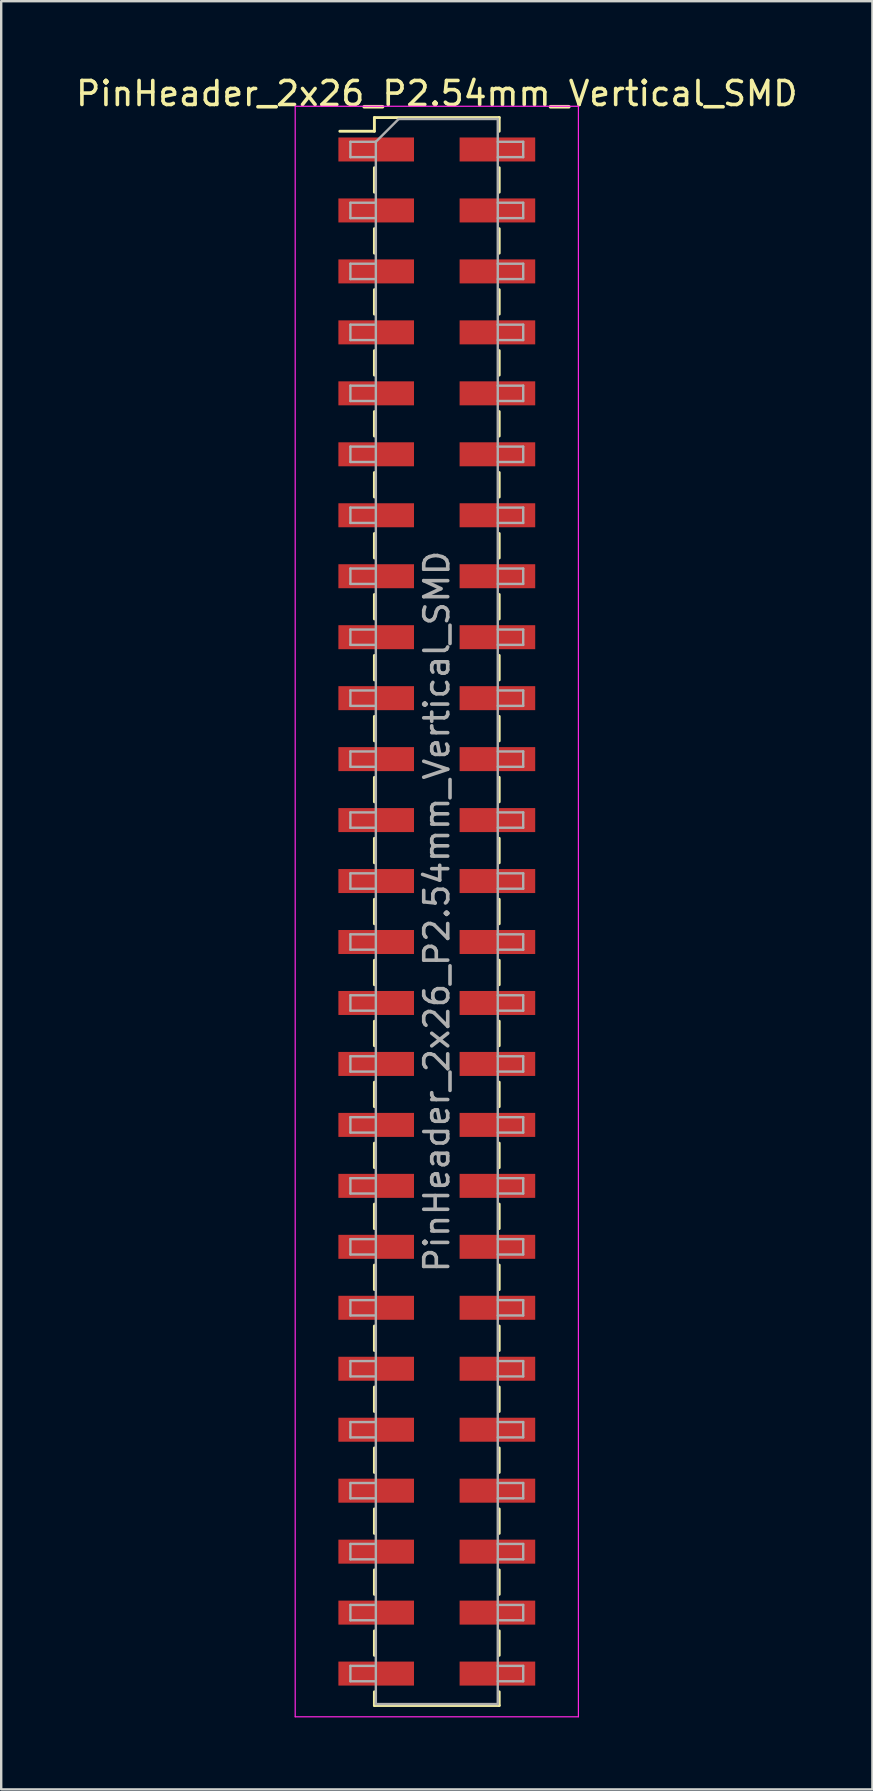
<source format=kicad_pcb>
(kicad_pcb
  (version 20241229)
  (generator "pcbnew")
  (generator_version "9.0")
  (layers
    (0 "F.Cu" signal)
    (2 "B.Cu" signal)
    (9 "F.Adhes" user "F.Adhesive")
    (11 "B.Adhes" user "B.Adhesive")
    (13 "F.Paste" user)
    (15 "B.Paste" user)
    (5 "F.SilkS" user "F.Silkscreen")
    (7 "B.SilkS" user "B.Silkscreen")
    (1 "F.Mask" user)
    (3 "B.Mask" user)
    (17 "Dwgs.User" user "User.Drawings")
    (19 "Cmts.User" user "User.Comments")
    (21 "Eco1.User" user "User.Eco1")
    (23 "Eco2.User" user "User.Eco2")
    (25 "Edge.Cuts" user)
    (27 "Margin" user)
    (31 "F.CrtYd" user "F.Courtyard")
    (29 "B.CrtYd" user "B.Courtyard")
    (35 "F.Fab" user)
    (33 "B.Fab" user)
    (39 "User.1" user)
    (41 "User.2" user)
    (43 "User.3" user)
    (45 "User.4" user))
  (footprint "PinHeader_2x26_P2.54mm_Vertical_SMD"
    (layer "F.Cu")
    (at 15.149 34.928)
    (property "Reference" "PinHeader_2x26_P2.54mm_Vertical_SMD" (at 0 -34.08 0) (layer "F.SilkS") (effects (font (size 1 1) (thickness 0.15))))
    (attr smd)
    (fp_line (start -4.04 -32.51) (end -2.6 -32.51) (stroke (width 0.12) (type solid)) (layer "F.SilkS"))
    (fp_line (start -2.6 -33.08) (end -2.6 -32.51) (stroke (width 0.12) (type solid)) (layer "F.SilkS"))
    (fp_line (start -2.6 -33.08) (end 2.6 -33.08) (stroke (width 0.12) (type solid)) (layer "F.SilkS"))
    (fp_line (start -2.6 -30.99) (end -2.6 -29.97) (stroke (width 0.12) (type solid)) (layer "F.SilkS"))
    (fp_line (start -2.6 -28.45) (end -2.6 -27.43) (stroke (width 0.12) (type solid)) (layer "F.SilkS"))
    (fp_line (start -2.6 -25.91) (end -2.6 -24.89) (stroke (width 0.12) (type solid)) (layer "F.SilkS"))
    (fp_line (start -2.6 -23.37) (end -2.6 -22.35) (stroke (width 0.12) (type solid)) (layer "F.SilkS"))
    (fp_line (start -2.6 -20.83) (end -2.6 -19.81) (stroke (width 0.12) (type solid)) (layer "F.SilkS"))
    (fp_line (start -2.6 -18.29) (end -2.6 -17.27) (stroke (width 0.12) (type solid)) (layer "F.SilkS"))
    (fp_line (start -2.6 -15.75) (end -2.6 -14.73) (stroke (width 0.12) (type solid)) (layer "F.SilkS"))
    (fp_line (start -2.6 -13.21) (end -2.6 -12.19) (stroke (width 0.12) (type solid)) (layer "F.SilkS"))
    (fp_line (start -2.6 -10.67) (end -2.6 -9.65) (stroke (width 0.12) (type solid)) (layer "F.SilkS"))
    (fp_line (start -2.6 -8.13) (end -2.6 -7.11) (stroke (width 0.12) (type solid)) (layer "F.SilkS"))
    (fp_line (start -2.6 -5.59) (end -2.6 -4.57) (stroke (width 0.12) (type solid)) (layer "F.SilkS"))
    (fp_line (start -2.6 -3.05) (end -2.6 -2.03) (stroke (width 0.12) (type solid)) (layer "F.SilkS"))
    (fp_line (start -2.6 -0.51) (end -2.6 0.51) (stroke (width 0.12) (type solid)) (layer "F.SilkS"))
    (fp_line (start -2.6 2.03) (end -2.6 3.05) (stroke (width 0.12) (type solid)) (layer "F.SilkS"))
    (fp_line (start -2.6 4.57) (end -2.6 5.59) (stroke (width 0.12) (type solid)) (layer "F.SilkS"))
    (fp_line (start -2.6 7.11) (end -2.6 8.13) (stroke (width 0.12) (type solid)) (layer "F.SilkS"))
    (fp_line (start -2.6 9.65) (end -2.6 10.67) (stroke (width 0.12) (type solid)) (layer "F.SilkS"))
    (fp_line (start -2.6 12.19) (end -2.6 13.21) (stroke (width 0.12) (type solid)) (layer "F.SilkS"))
    (fp_line (start -2.6 14.73) (end -2.6 15.75) (stroke (width 0.12) (type solid)) (layer "F.SilkS"))
    (fp_line (start -2.6 17.27) (end -2.6 18.29) (stroke (width 0.12) (type solid)) (layer "F.SilkS"))
    (fp_line (start -2.6 19.81) (end -2.6 20.83) (stroke (width 0.12) (type solid)) (layer "F.SilkS"))
    (fp_line (start -2.6 22.35) (end -2.6 23.37) (stroke (width 0.12) (type solid)) (layer "F.SilkS"))
    (fp_line (start -2.6 24.89) (end -2.6 25.91) (stroke (width 0.12) (type solid)) (layer "F.SilkS"))
    (fp_line (start -2.6 27.43) (end -2.6 28.45) (stroke (width 0.12) (type solid)) (layer "F.SilkS"))
    (fp_line (start -2.6 29.97) (end -2.6 30.99) (stroke (width 0.12) (type solid)) (layer "F.SilkS"))
    (fp_line (start -2.6 32.51) (end -2.6 33.08) (stroke (width 0.12) (type solid)) (layer "F.SilkS"))
    (fp_line (start -2.6 33.08) (end 2.6 33.08) (stroke (width 0.12) (type solid)) (layer "F.SilkS"))
    (fp_line (start 2.6 -33.08) (end 2.6 -32.51) (stroke (width 0.12) (type solid)) (layer "F.SilkS"))
    (fp_line (start 2.6 -30.99) (end 2.6 -29.97) (stroke (width 0.12) (type solid)) (layer "F.SilkS"))
    (fp_line (start 2.6 -28.45) (end 2.6 -27.43) (stroke (width 0.12) (type solid)) (layer "F.SilkS"))
    (fp_line (start 2.6 -25.91) (end 2.6 -24.89) (stroke (width 0.12) (type solid)) (layer "F.SilkS"))
    (fp_line (start 2.6 -23.37) (end 2.6 -22.35) (stroke (width 0.12) (type solid)) (layer "F.SilkS"))
    (fp_line (start 2.6 -20.83) (end 2.6 -19.81) (stroke (width 0.12) (type solid)) (layer "F.SilkS"))
    (fp_line (start 2.6 -18.29) (end 2.6 -17.27) (stroke (width 0.12) (type solid)) (layer "F.SilkS"))
    (fp_line (start 2.6 -15.75) (end 2.6 -14.73) (stroke (width 0.12) (type solid)) (layer "F.SilkS"))
    (fp_line (start 2.6 -13.21) (end 2.6 -12.19) (stroke (width 0.12) (type solid)) (layer "F.SilkS"))
    (fp_line (start 2.6 -10.67) (end 2.6 -9.65) (stroke (width 0.12) (type solid)) (layer "F.SilkS"))
    (fp_line (start 2.6 -8.13) (end 2.6 -7.11) (stroke (width 0.12) (type solid)) (layer "F.SilkS"))
    (fp_line (start 2.6 -5.59) (end 2.6 -4.57) (stroke (width 0.12) (type solid)) (layer "F.SilkS"))
    (fp_line (start 2.6 -3.05) (end 2.6 -2.03) (stroke (width 0.12) (type solid)) (layer "F.SilkS"))
    (fp_line (start 2.6 -0.51) (end 2.6 0.51) (stroke (width 0.12) (type solid)) (layer "F.SilkS"))
    (fp_line (start 2.6 2.03) (end 2.6 3.05) (stroke (width 0.12) (type solid)) (layer "F.SilkS"))
    (fp_line (start 2.6 4.57) (end 2.6 5.59) (stroke (width 0.12) (type solid)) (layer "F.SilkS"))
    (fp_line (start 2.6 7.11) (end 2.6 8.13) (stroke (width 0.12) (type solid)) (layer "F.SilkS"))
    (fp_line (start 2.6 9.65) (end 2.6 10.67) (stroke (width 0.12) (type solid)) (layer "F.SilkS"))
    (fp_line (start 2.6 12.19) (end 2.6 13.21) (stroke (width 0.12) (type solid)) (layer "F.SilkS"))
    (fp_line (start 2.6 14.73) (end 2.6 15.75) (stroke (width 0.12) (type solid)) (layer "F.SilkS"))
    (fp_line (start 2.6 17.27) (end 2.6 18.29) (stroke (width 0.12) (type solid)) (layer "F.SilkS"))
    (fp_line (start 2.6 19.81) (end 2.6 20.83) (stroke (width 0.12) (type solid)) (layer "F.SilkS"))
    (fp_line (start 2.6 22.35) (end 2.6 23.37) (stroke (width 0.12) (type solid)) (layer "F.SilkS"))
    (fp_line (start 2.6 24.89) (end 2.6 25.91) (stroke (width 0.12) (type solid)) (layer "F.SilkS"))
    (fp_line (start 2.6 27.43) (end 2.6 28.45) (stroke (width 0.12) (type solid)) (layer "F.SilkS"))
    (fp_line (start 2.6 29.97) (end 2.6 30.99) (stroke (width 0.12) (type solid)) (layer "F.SilkS"))
    (fp_line (start 2.6 32.51) (end 2.6 33.08) (stroke (width 0.12) (type solid)) (layer "F.SilkS"))
    (fp_line (start -5.9 -33.55) (end -5.9 33.55) (stroke (width 0.05) (type solid)) (layer "F.CrtYd"))
    (fp_line (start -5.9 33.55) (end 5.9 33.55) (stroke (width 0.05) (type solid)) (layer "F.CrtYd"))
    (fp_line (start 5.9 -33.55) (end -5.9 -33.55) (stroke (width 0.05) (type solid)) (layer "F.CrtYd"))
    (fp_line (start 5.9 33.55) (end 5.9 -33.55) (stroke (width 0.05) (type solid)) (layer "F.CrtYd"))
    (fp_line (start -3.6 -32.07) (end -3.6 -31.43) (stroke (width 0.1) (type solid)) (layer "F.Fab"))
    (fp_line (start -3.6 -31.43) (end -2.54 -31.43) (stroke (width 0.1) (type solid)) (layer "F.Fab"))
    (fp_line (start -3.6 -29.53) (end -3.6 -28.89) (stroke (width 0.1) (type solid)) (layer "F.Fab"))
    (fp_line (start -3.6 -28.89) (end -2.54 -28.89) (stroke (width 0.1) (type solid)) (layer "F.Fab"))
    (fp_line (start -3.6 -26.99) (end -3.6 -26.35) (stroke (width 0.1) (type solid)) (layer "F.Fab"))
    (fp_line (start -3.6 -26.35) (end -2.54 -26.35) (stroke (width 0.1) (type solid)) (layer "F.Fab"))
    (fp_line (start -3.6 -24.45) (end -3.6 -23.81) (stroke (width 0.1) (type solid)) (layer "F.Fab"))
    (fp_line (start -3.6 -23.81) (end -2.54 -23.81) (stroke (width 0.1) (type solid)) (layer "F.Fab"))
    (fp_line (start -3.6 -21.91) (end -3.6 -21.27) (stroke (width 0.1) (type solid)) (layer "F.Fab"))
    (fp_line (start -3.6 -21.27) (end -2.54 -21.27) (stroke (width 0.1) (type solid)) (layer "F.Fab"))
    (fp_line (start -3.6 -19.37) (end -3.6 -18.73) (stroke (width 0.1) (type solid)) (layer "F.Fab"))
    (fp_line (start -3.6 -18.73) (end -2.54 -18.73) (stroke (width 0.1) (type solid)) (layer "F.Fab"))
    (fp_line (start -3.6 -16.83) (end -3.6 -16.19) (stroke (width 0.1) (type solid)) (layer "F.Fab"))
    (fp_line (start -3.6 -16.19) (end -2.54 -16.19) (stroke (width 0.1) (type solid)) (layer "F.Fab"))
    (fp_line (start -3.6 -14.29) (end -3.6 -13.65) (stroke (width 0.1) (type solid)) (layer "F.Fab"))
    (fp_line (start -3.6 -13.65) (end -2.54 -13.65) (stroke (width 0.1) (type solid)) (layer "F.Fab"))
    (fp_line (start -3.6 -11.75) (end -3.6 -11.11) (stroke (width 0.1) (type solid)) (layer "F.Fab"))
    (fp_line (start -3.6 -11.11) (end -2.54 -11.11) (stroke (width 0.1) (type solid)) (layer "F.Fab"))
    (fp_line (start -3.6 -9.21) (end -3.6 -8.57) (stroke (width 0.1) (type solid)) (layer "F.Fab"))
    (fp_line (start -3.6 -8.57) (end -2.54 -8.57) (stroke (width 0.1) (type solid)) (layer "F.Fab"))
    (fp_line (start -3.6 -6.67) (end -3.6 -6.03) (stroke (width 0.1) (type solid)) (layer "F.Fab"))
    (fp_line (start -3.6 -6.03) (end -2.54 -6.03) (stroke (width 0.1) (type solid)) (layer "F.Fab"))
    (fp_line (start -3.6 -4.13) (end -3.6 -3.49) (stroke (width 0.1) (type solid)) (layer "F.Fab"))
    (fp_line (start -3.6 -3.49) (end -2.54 -3.49) (stroke (width 0.1) (type solid)) (layer "F.Fab"))
    (fp_line (start -3.6 -1.59) (end -3.6 -0.95) (stroke (width 0.1) (type solid)) (layer "F.Fab"))
    (fp_line (start -3.6 -0.95) (end -2.54 -0.95) (stroke (width 0.1) (type solid)) (layer "F.Fab"))
    (fp_line (start -3.6 0.95) (end -3.6 1.59) (stroke (width 0.1) (type solid)) (layer "F.Fab"))
    (fp_line (start -3.6 1.59) (end -2.54 1.59) (stroke (width 0.1) (type solid)) (layer "F.Fab"))
    (fp_line (start -3.6 3.49) (end -3.6 4.13) (stroke (width 0.1) (type solid)) (layer "F.Fab"))
    (fp_line (start -3.6 4.13) (end -2.54 4.13) (stroke (width 0.1) (type solid)) (layer "F.Fab"))
    (fp_line (start -3.6 6.03) (end -3.6 6.67) (stroke (width 0.1) (type solid)) (layer "F.Fab"))
    (fp_line (start -3.6 6.67) (end -2.54 6.67) (stroke (width 0.1) (type solid)) (layer "F.Fab"))
    (fp_line (start -3.6 8.57) (end -3.6 9.21) (stroke (width 0.1) (type solid)) (layer "F.Fab"))
    (fp_line (start -3.6 9.21) (end -2.54 9.21) (stroke (width 0.1) (type solid)) (layer "F.Fab"))
    (fp_line (start -3.6 11.11) (end -3.6 11.75) (stroke (width 0.1) (type solid)) (layer "F.Fab"))
    (fp_line (start -3.6 11.75) (end -2.54 11.75) (stroke (width 0.1) (type solid)) (layer "F.Fab"))
    (fp_line (start -3.6 13.65) (end -3.6 14.29) (stroke (width 0.1) (type solid)) (layer "F.Fab"))
    (fp_line (start -3.6 14.29) (end -2.54 14.29) (stroke (width 0.1) (type solid)) (layer "F.Fab"))
    (fp_line (start -3.6 16.19) (end -3.6 16.83) (stroke (width 0.1) (type solid)) (layer "F.Fab"))
    (fp_line (start -3.6 16.83) (end -2.54 16.83) (stroke (width 0.1) (type solid)) (layer "F.Fab"))
    (fp_line (start -3.6 18.73) (end -3.6 19.37) (stroke (width 0.1) (type solid)) (layer "F.Fab"))
    (fp_line (start -3.6 19.37) (end -2.54 19.37) (stroke (width 0.1) (type solid)) (layer "F.Fab"))
    (fp_line (start -3.6 21.27) (end -3.6 21.91) (stroke (width 0.1) (type solid)) (layer "F.Fab"))
    (fp_line (start -3.6 21.91) (end -2.54 21.91) (stroke (width 0.1) (type solid)) (layer "F.Fab"))
    (fp_line (start -3.6 23.81) (end -3.6 24.45) (stroke (width 0.1) (type solid)) (layer "F.Fab"))
    (fp_line (start -3.6 24.45) (end -2.54 24.45) (stroke (width 0.1) (type solid)) (layer "F.Fab"))
    (fp_line (start -3.6 26.35) (end -3.6 26.99) (stroke (width 0.1) (type solid)) (layer "F.Fab"))
    (fp_line (start -3.6 26.99) (end -2.54 26.99) (stroke (width 0.1) (type solid)) (layer "F.Fab"))
    (fp_line (start -3.6 28.89) (end -3.6 29.53) (stroke (width 0.1) (type solid)) (layer "F.Fab"))
    (fp_line (start -3.6 29.53) (end -2.54 29.53) (stroke (width 0.1) (type solid)) (layer "F.Fab"))
    (fp_line (start -3.6 31.43) (end -3.6 32.07) (stroke (width 0.1) (type solid)) (layer "F.Fab"))
    (fp_line (start -3.6 32.07) (end -2.54 32.07) (stroke (width 0.1) (type solid)) (layer "F.Fab"))
    (fp_line (start -2.54 -32.07) (end -3.6 -32.07) (stroke (width 0.1) (type solid)) (layer "F.Fab"))
    (fp_line (start -2.54 -32.07) (end -1.59 -33.02) (stroke (width 0.1) (type solid)) (layer "F.Fab"))
    (fp_line (start -2.54 -29.53) (end -3.6 -29.53) (stroke (width 0.1) (type solid)) (layer "F.Fab"))
    (fp_line (start -2.54 -26.99) (end -3.6 -26.99) (stroke (width 0.1) (type solid)) (layer "F.Fab"))
    (fp_line (start -2.54 -24.45) (end -3.6 -24.45) (stroke (width 0.1) (type solid)) (layer "F.Fab"))
    (fp_line (start -2.54 -21.91) (end -3.6 -21.91) (stroke (width 0.1) (type solid)) (layer "F.Fab"))
    (fp_line (start -2.54 -19.37) (end -3.6 -19.37) (stroke (width 0.1) (type solid)) (layer "F.Fab"))
    (fp_line (start -2.54 -16.83) (end -3.6 -16.83) (stroke (width 0.1) (type solid)) (layer "F.Fab"))
    (fp_line (start -2.54 -14.29) (end -3.6 -14.29) (stroke (width 0.1) (type solid)) (layer "F.Fab"))
    (fp_line (start -2.54 -11.75) (end -3.6 -11.75) (stroke (width 0.1) (type solid)) (layer "F.Fab"))
    (fp_line (start -2.54 -9.21) (end -3.6 -9.21) (stroke (width 0.1) (type solid)) (layer "F.Fab"))
    (fp_line (start -2.54 -6.67) (end -3.6 -6.67) (stroke (width 0.1) (type solid)) (layer "F.Fab"))
    (fp_line (start -2.54 -4.13) (end -3.6 -4.13) (stroke (width 0.1) (type solid)) (layer "F.Fab"))
    (fp_line (start -2.54 -1.59) (end -3.6 -1.59) (stroke (width 0.1) (type solid)) (layer "F.Fab"))
    (fp_line (start -2.54 0.95) (end -3.6 0.95) (stroke (width 0.1) (type solid)) (layer "F.Fab"))
    (fp_line (start -2.54 3.49) (end -3.6 3.49) (stroke (width 0.1) (type solid)) (layer "F.Fab"))
    (fp_line (start -2.54 6.03) (end -3.6 6.03) (stroke (width 0.1) (type solid)) (layer "F.Fab"))
    (fp_line (start -2.54 8.57) (end -3.6 8.57) (stroke (width 0.1) (type solid)) (layer "F.Fab"))
    (fp_line (start -2.54 11.11) (end -3.6 11.11) (stroke (width 0.1) (type solid)) (layer "F.Fab"))
    (fp_line (start -2.54 13.65) (end -3.6 13.65) (stroke (width 0.1) (type solid)) (layer "F.Fab"))
    (fp_line (start -2.54 16.19) (end -3.6 16.19) (stroke (width 0.1) (type solid)) (layer "F.Fab"))
    (fp_line (start -2.54 18.73) (end -3.6 18.73) (stroke (width 0.1) (type solid)) (layer "F.Fab"))
    (fp_line (start -2.54 21.27) (end -3.6 21.27) (stroke (width 0.1) (type solid)) (layer "F.Fab"))
    (fp_line (start -2.54 23.81) (end -3.6 23.81) (stroke (width 0.1) (type solid)) (layer "F.Fab"))
    (fp_line (start -2.54 26.35) (end -3.6 26.35) (stroke (width 0.1) (type solid)) (layer "F.Fab"))
    (fp_line (start -2.54 28.89) (end -3.6 28.89) (stroke (width 0.1) (type solid)) (layer "F.Fab"))
    (fp_line (start -2.54 31.43) (end -3.6 31.43) (stroke (width 0.1) (type solid)) (layer "F.Fab"))
    (fp_line (start -2.54 33.02) (end -2.54 -32.07) (stroke (width 0.1) (type solid)) (layer "F.Fab"))
    (fp_line (start -1.59 -33.02) (end 2.54 -33.02) (stroke (width 0.1) (type solid)) (layer "F.Fab"))
    (fp_line (start 2.54 -33.02) (end 2.54 33.02) (stroke (width 0.1) (type solid)) (layer "F.Fab"))
    (fp_line (start 2.54 -32.07) (end 3.6 -32.07) (stroke (width 0.1) (type solid)) (layer "F.Fab"))
    (fp_line (start 2.54 -29.53) (end 3.6 -29.53) (stroke (width 0.1) (type solid)) (layer "F.Fab"))
    (fp_line (start 2.54 -26.99) (end 3.6 -26.99) (stroke (width 0.1) (type solid)) (layer "F.Fab"))
    (fp_line (start 2.54 -24.45) (end 3.6 -24.45) (stroke (width 0.1) (type solid)) (layer "F.Fab"))
    (fp_line (start 2.54 -21.91) (end 3.6 -21.91) (stroke (width 0.1) (type solid)) (layer "F.Fab"))
    (fp_line (start 2.54 -19.37) (end 3.6 -19.37) (stroke (width 0.1) (type solid)) (layer "F.Fab"))
    (fp_line (start 2.54 -16.83) (end 3.6 -16.83) (stroke (width 0.1) (type solid)) (layer "F.Fab"))
    (fp_line (start 2.54 -14.29) (end 3.6 -14.29) (stroke (width 0.1) (type solid)) (layer "F.Fab"))
    (fp_line (start 2.54 -11.75) (end 3.6 -11.75) (stroke (width 0.1) (type solid)) (layer "F.Fab"))
    (fp_line (start 2.54 -9.21) (end 3.6 -9.21) (stroke (width 0.1) (type solid)) (layer "F.Fab"))
    (fp_line (start 2.54 -6.67) (end 3.6 -6.67) (stroke (width 0.1) (type solid)) (layer "F.Fab"))
    (fp_line (start 2.54 -4.13) (end 3.6 -4.13) (stroke (width 0.1) (type solid)) (layer "F.Fab"))
    (fp_line (start 2.54 -1.59) (end 3.6 -1.59) (stroke (width 0.1) (type solid)) (layer "F.Fab"))
    (fp_line (start 2.54 0.95) (end 3.6 0.95) (stroke (width 0.1) (type solid)) (layer "F.Fab"))
    (fp_line (start 2.54 3.49) (end 3.6 3.49) (stroke (width 0.1) (type solid)) (layer "F.Fab"))
    (fp_line (start 2.54 6.03) (end 3.6 6.03) (stroke (width 0.1) (type solid)) (layer "F.Fab"))
    (fp_line (start 2.54 8.57) (end 3.6 8.57) (stroke (width 0.1) (type solid)) (layer "F.Fab"))
    (fp_line (start 2.54 11.11) (end 3.6 11.11) (stroke (width 0.1) (type solid)) (layer "F.Fab"))
    (fp_line (start 2.54 13.65) (end 3.6 13.65) (stroke (width 0.1) (type solid)) (layer "F.Fab"))
    (fp_line (start 2.54 16.19) (end 3.6 16.19) (stroke (width 0.1) (type solid)) (layer "F.Fab"))
    (fp_line (start 2.54 18.73) (end 3.6 18.73) (stroke (width 0.1) (type solid)) (layer "F.Fab"))
    (fp_line (start 2.54 21.27) (end 3.6 21.27) (stroke (width 0.1) (type solid)) (layer "F.Fab"))
    (fp_line (start 2.54 23.81) (end 3.6 23.81) (stroke (width 0.1) (type solid)) (layer "F.Fab"))
    (fp_line (start 2.54 26.35) (end 3.6 26.35) (stroke (width 0.1) (type solid)) (layer "F.Fab"))
    (fp_line (start 2.54 28.89) (end 3.6 28.89) (stroke (width 0.1) (type solid)) (layer "F.Fab"))
    (fp_line (start 2.54 31.43) (end 3.6 31.43) (stroke (width 0.1) (type solid)) (layer "F.Fab"))
    (fp_line (start 2.54 33.02) (end -2.54 33.02) (stroke (width 0.1) (type solid)) (layer "F.Fab"))
    (fp_line (start 3.6 -32.07) (end 3.6 -31.43) (stroke (width 0.1) (type solid)) (layer "F.Fab"))
    (fp_line (start 3.6 -31.43) (end 2.54 -31.43) (stroke (width 0.1) (type solid)) (layer "F.Fab"))
    (fp_line (start 3.6 -29.53) (end 3.6 -28.89) (stroke (width 0.1) (type solid)) (layer "F.Fab"))
    (fp_line (start 3.6 -28.89) (end 2.54 -28.89) (stroke (width 0.1) (type solid)) (layer "F.Fab"))
    (fp_line (start 3.6 -26.99) (end 3.6 -26.35) (stroke (width 0.1) (type solid)) (layer "F.Fab"))
    (fp_line (start 3.6 -26.35) (end 2.54 -26.35) (stroke (width 0.1) (type solid)) (layer "F.Fab"))
    (fp_line (start 3.6 -24.45) (end 3.6 -23.81) (stroke (width 0.1) (type solid)) (layer "F.Fab"))
    (fp_line (start 3.6 -23.81) (end 2.54 -23.81) (stroke (width 0.1) (type solid)) (layer "F.Fab"))
    (fp_line (start 3.6 -21.91) (end 3.6 -21.27) (stroke (width 0.1) (type solid)) (layer "F.Fab"))
    (fp_line (start 3.6 -21.27) (end 2.54 -21.27) (stroke (width 0.1) (type solid)) (layer "F.Fab"))
    (fp_line (start 3.6 -19.37) (end 3.6 -18.73) (stroke (width 0.1) (type solid)) (layer "F.Fab"))
    (fp_line (start 3.6 -18.73) (end 2.54 -18.73) (stroke (width 0.1) (type solid)) (layer "F.Fab"))
    (fp_line (start 3.6 -16.83) (end 3.6 -16.19) (stroke (width 0.1) (type solid)) (layer "F.Fab"))
    (fp_line (start 3.6 -16.19) (end 2.54 -16.19) (stroke (width 0.1) (type solid)) (layer "F.Fab"))
    (fp_line (start 3.6 -14.29) (end 3.6 -13.65) (stroke (width 0.1) (type solid)) (layer "F.Fab"))
    (fp_line (start 3.6 -13.65) (end 2.54 -13.65) (stroke (width 0.1) (type solid)) (layer "F.Fab"))
    (fp_line (start 3.6 -11.75) (end 3.6 -11.11) (stroke (width 0.1) (type solid)) (layer "F.Fab"))
    (fp_line (start 3.6 -11.11) (end 2.54 -11.11) (stroke (width 0.1) (type solid)) (layer "F.Fab"))
    (fp_line (start 3.6 -9.21) (end 3.6 -8.57) (stroke (width 0.1) (type solid)) (layer "F.Fab"))
    (fp_line (start 3.6 -8.57) (end 2.54 -8.57) (stroke (width 0.1) (type solid)) (layer "F.Fab"))
    (fp_line (start 3.6 -6.67) (end 3.6 -6.03) (stroke (width 0.1) (type solid)) (layer "F.Fab"))
    (fp_line (start 3.6 -6.03) (end 2.54 -6.03) (stroke (width 0.1) (type solid)) (layer "F.Fab"))
    (fp_line (start 3.6 -4.13) (end 3.6 -3.49) (stroke (width 0.1) (type solid)) (layer "F.Fab"))
    (fp_line (start 3.6 -3.49) (end 2.54 -3.49) (stroke (width 0.1) (type solid)) (layer "F.Fab"))
    (fp_line (start 3.6 -1.59) (end 3.6 -0.95) (stroke (width 0.1) (type solid)) (layer "F.Fab"))
    (fp_line (start 3.6 -0.95) (end 2.54 -0.95) (stroke (width 0.1) (type solid)) (layer "F.Fab"))
    (fp_line (start 3.6 0.95) (end 3.6 1.59) (stroke (width 0.1) (type solid)) (layer "F.Fab"))
    (fp_line (start 3.6 1.59) (end 2.54 1.59) (stroke (width 0.1) (type solid)) (layer "F.Fab"))
    (fp_line (start 3.6 3.49) (end 3.6 4.13) (stroke (width 0.1) (type solid)) (layer "F.Fab"))
    (fp_line (start 3.6 4.13) (end 2.54 4.13) (stroke (width 0.1) (type solid)) (layer "F.Fab"))
    (fp_line (start 3.6 6.03) (end 3.6 6.67) (stroke (width 0.1) (type solid)) (layer "F.Fab"))
    (fp_line (start 3.6 6.67) (end 2.54 6.67) (stroke (width 0.1) (type solid)) (layer "F.Fab"))
    (fp_line (start 3.6 8.57) (end 3.6 9.21) (stroke (width 0.1) (type solid)) (layer "F.Fab"))
    (fp_line (start 3.6 9.21) (end 2.54 9.21) (stroke (width 0.1) (type solid)) (layer "F.Fab"))
    (fp_line (start 3.6 11.11) (end 3.6 11.75) (stroke (width 0.1) (type solid)) (layer "F.Fab"))
    (fp_line (start 3.6 11.75) (end 2.54 11.75) (stroke (width 0.1) (type solid)) (layer "F.Fab"))
    (fp_line (start 3.6 13.65) (end 3.6 14.29) (stroke (width 0.1) (type solid)) (layer "F.Fab"))
    (fp_line (start 3.6 14.29) (end 2.54 14.29) (stroke (width 0.1) (type solid)) (layer "F.Fab"))
    (fp_line (start 3.6 16.19) (end 3.6 16.83) (stroke (width 0.1) (type solid)) (layer "F.Fab"))
    (fp_line (start 3.6 16.83) (end 2.54 16.83) (stroke (width 0.1) (type solid)) (layer "F.Fab"))
    (fp_line (start 3.6 18.73) (end 3.6 19.37) (stroke (width 0.1) (type solid)) (layer "F.Fab"))
    (fp_line (start 3.6 19.37) (end 2.54 19.37) (stroke (width 0.1) (type solid)) (layer "F.Fab"))
    (fp_line (start 3.6 21.27) (end 3.6 21.91) (stroke (width 0.1) (type solid)) (layer "F.Fab"))
    (fp_line (start 3.6 21.91) (end 2.54 21.91) (stroke (width 0.1) (type solid)) (layer "F.Fab"))
    (fp_line (start 3.6 23.81) (end 3.6 24.45) (stroke (width 0.1) (type solid)) (layer "F.Fab"))
    (fp_line (start 3.6 24.45) (end 2.54 24.45) (stroke (width 0.1) (type solid)) (layer "F.Fab"))
    (fp_line (start 3.6 26.35) (end 3.6 26.99) (stroke (width 0.1) (type solid)) (layer "F.Fab"))
    (fp_line (start 3.6 26.99) (end 2.54 26.99) (stroke (width 0.1) (type solid)) (layer "F.Fab"))
    (fp_line (start 3.6 28.89) (end 3.6 29.53) (stroke (width 0.1) (type solid)) (layer "F.Fab"))
    (fp_line (start 3.6 29.53) (end 2.54 29.53) (stroke (width 0.1) (type solid)) (layer "F.Fab"))
    (fp_line (start 3.6 31.43) (end 3.6 32.07) (stroke (width 0.1) (type solid)) (layer "F.Fab"))
    (fp_line (start 3.6 32.07) (end 2.54 32.07) (stroke (width 0.1) (type solid)) (layer "F.Fab"))
    (fp_text user "${REFERENCE}" (at 0 0 90) (layer "F.Fab") (effects (font (size 1 1) (thickness 0.15))))
    (pad "1" smd rect (at -2.525 -31.75) (size 3.15 1) (layers "F.Cu" "F.Mask" "F.Paste"))
    (pad "2" smd rect (at 2.525 -31.75) (size 3.15 1) (layers "F.Cu" "F.Mask" "F.Paste"))
    (pad "3" smd rect (at -2.525 -29.21) (size 3.15 1) (layers "F.Cu" "F.Mask" "F.Paste"))
    (pad "4" smd rect (at 2.525 -29.21) (size 3.15 1) (layers "F.Cu" "F.Mask" "F.Paste"))
    (pad "5" smd rect (at -2.525 -26.67) (size 3.15 1) (layers "F.Cu" "F.Mask" "F.Paste"))
    (pad "6" smd rect (at 2.525 -26.67) (size 3.15 1) (layers "F.Cu" "F.Mask" "F.Paste"))
    (pad "7" smd rect (at -2.525 -24.13) (size 3.15 1) (layers "F.Cu" "F.Mask" "F.Paste"))
    (pad "8" smd rect (at 2.525 -24.13) (size 3.15 1) (layers "F.Cu" "F.Mask" "F.Paste"))
    (pad "9" smd rect (at -2.525 -21.59) (size 3.15 1) (layers "F.Cu" "F.Mask" "F.Paste"))
    (pad "10" smd rect (at 2.525 -21.59) (size 3.15 1) (layers "F.Cu" "F.Mask" "F.Paste"))
    (pad "11" smd rect (at -2.525 -19.05) (size 3.15 1) (layers "F.Cu" "F.Mask" "F.Paste"))
    (pad "12" smd rect (at 2.525 -19.05) (size 3.15 1) (layers "F.Cu" "F.Mask" "F.Paste"))
    (pad "13" smd rect (at -2.525 -16.51) (size 3.15 1) (layers "F.Cu" "F.Mask" "F.Paste"))
    (pad "14" smd rect (at 2.525 -16.51) (size 3.15 1) (layers "F.Cu" "F.Mask" "F.Paste"))
    (pad "15" smd rect (at -2.525 -13.97) (size 3.15 1) (layers "F.Cu" "F.Mask" "F.Paste"))
    (pad "16" smd rect (at 2.525 -13.97) (size 3.15 1) (layers "F.Cu" "F.Mask" "F.Paste"))
    (pad "17" smd rect (at -2.525 -11.43) (size 3.15 1) (layers "F.Cu" "F.Mask" "F.Paste"))
    (pad "18" smd rect (at 2.525 -11.43) (size 3.15 1) (layers "F.Cu" "F.Mask" "F.Paste"))
    (pad "19" smd rect (at -2.525 -8.89) (size 3.15 1) (layers "F.Cu" "F.Mask" "F.Paste"))
    (pad "20" smd rect (at 2.525 -8.89) (size 3.15 1) (layers "F.Cu" "F.Mask" "F.Paste"))
    (pad "21" smd rect (at -2.525 -6.35) (size 3.15 1) (layers "F.Cu" "F.Mask" "F.Paste"))
    (pad "22" smd rect (at 2.525 -6.35) (size 3.15 1) (layers "F.Cu" "F.Mask" "F.Paste"))
    (pad "23" smd rect (at -2.525 -3.81) (size 3.15 1) (layers "F.Cu" "F.Mask" "F.Paste"))
    (pad "24" smd rect (at 2.525 -3.81) (size 3.15 1) (layers "F.Cu" "F.Mask" "F.Paste"))
    (pad "25" smd rect (at -2.525 -1.27) (size 3.15 1) (layers "F.Cu" "F.Mask" "F.Paste"))
    (pad "26" smd rect (at 2.525 -1.27) (size 3.15 1) (layers "F.Cu" "F.Mask" "F.Paste"))
    (pad "27" smd rect (at -2.525 1.27) (size 3.15 1) (layers "F.Cu" "F.Mask" "F.Paste"))
    (pad "28" smd rect (at 2.525 1.27) (size 3.15 1) (layers "F.Cu" "F.Mask" "F.Paste"))
    (pad "29" smd rect (at -2.525 3.81) (size 3.15 1) (layers "F.Cu" "F.Mask" "F.Paste"))
    (pad "30" smd rect (at 2.525 3.81) (size 3.15 1) (layers "F.Cu" "F.Mask" "F.Paste"))
    (pad "31" smd rect (at -2.525 6.35) (size 3.15 1) (layers "F.Cu" "F.Mask" "F.Paste"))
    (pad "32" smd rect (at 2.525 6.35) (size 3.15 1) (layers "F.Cu" "F.Mask" "F.Paste"))
    (pad "33" smd rect (at -2.525 8.89) (size 3.15 1) (layers "F.Cu" "F.Mask" "F.Paste"))
    (pad "34" smd rect (at 2.525 8.89) (size 3.15 1) (layers "F.Cu" "F.Mask" "F.Paste"))
    (pad "35" smd rect (at -2.525 11.43) (size 3.15 1) (layers "F.Cu" "F.Mask" "F.Paste"))
    (pad "36" smd rect (at 2.525 11.43) (size 3.15 1) (layers "F.Cu" "F.Mask" "F.Paste"))
    (pad "37" smd rect (at -2.525 13.97) (size 3.15 1) (layers "F.Cu" "F.Mask" "F.Paste"))
    (pad "38" smd rect (at 2.525 13.97) (size 3.15 1) (layers "F.Cu" "F.Mask" "F.Paste"))
    (pad "39" smd rect (at -2.525 16.51) (size 3.15 1) (layers "F.Cu" "F.Mask" "F.Paste"))
    (pad "40" smd rect (at 2.525 16.51) (size 3.15 1) (layers "F.Cu" "F.Mask" "F.Paste"))
    (pad "41" smd rect (at -2.525 19.05) (size 3.15 1) (layers "F.Cu" "F.Mask" "F.Paste"))
    (pad "42" smd rect (at 2.525 19.05) (size 3.15 1) (layers "F.Cu" "F.Mask" "F.Paste"))
    (pad "43" smd rect (at -2.525 21.59) (size 3.15 1) (layers "F.Cu" "F.Mask" "F.Paste"))
    (pad "44" smd rect (at 2.525 21.59) (size 3.15 1) (layers "F.Cu" "F.Mask" "F.Paste"))
    (pad "45" smd rect (at -2.525 24.13) (size 3.15 1) (layers "F.Cu" "F.Mask" "F.Paste"))
    (pad "46" smd rect (at 2.525 24.13) (size 3.15 1) (layers "F.Cu" "F.Mask" "F.Paste"))
    (pad "47" smd rect (at -2.525 26.67) (size 3.15 1) (layers "F.Cu" "F.Mask" "F.Paste"))
    (pad "48" smd rect (at 2.525 26.67) (size 3.15 1) (layers "F.Cu" "F.Mask" "F.Paste"))
    (pad "49" smd rect (at -2.525 29.21) (size 3.15 1) (layers "F.Cu" "F.Mask" "F.Paste"))
    (pad "50" smd rect (at 2.525 29.21) (size 3.15 1) (layers "F.Cu" "F.Mask" "F.Paste"))
    (pad "51" smd rect (at -2.525 31.75) (size 3.15 1) (layers "F.Cu" "F.Mask" "F.Paste"))
    (pad "52" smd rect (at 2.525 31.75) (size 3.15 1) (layers "F.Cu" "F.Mask" "F.Paste")))
  (gr_rect
    (start -3 -3)
    (end 33.298 71.503)
    (stroke (width 0.1) (type default))
    (fill no)
    (layer "Edge.Cuts")))
</source>
